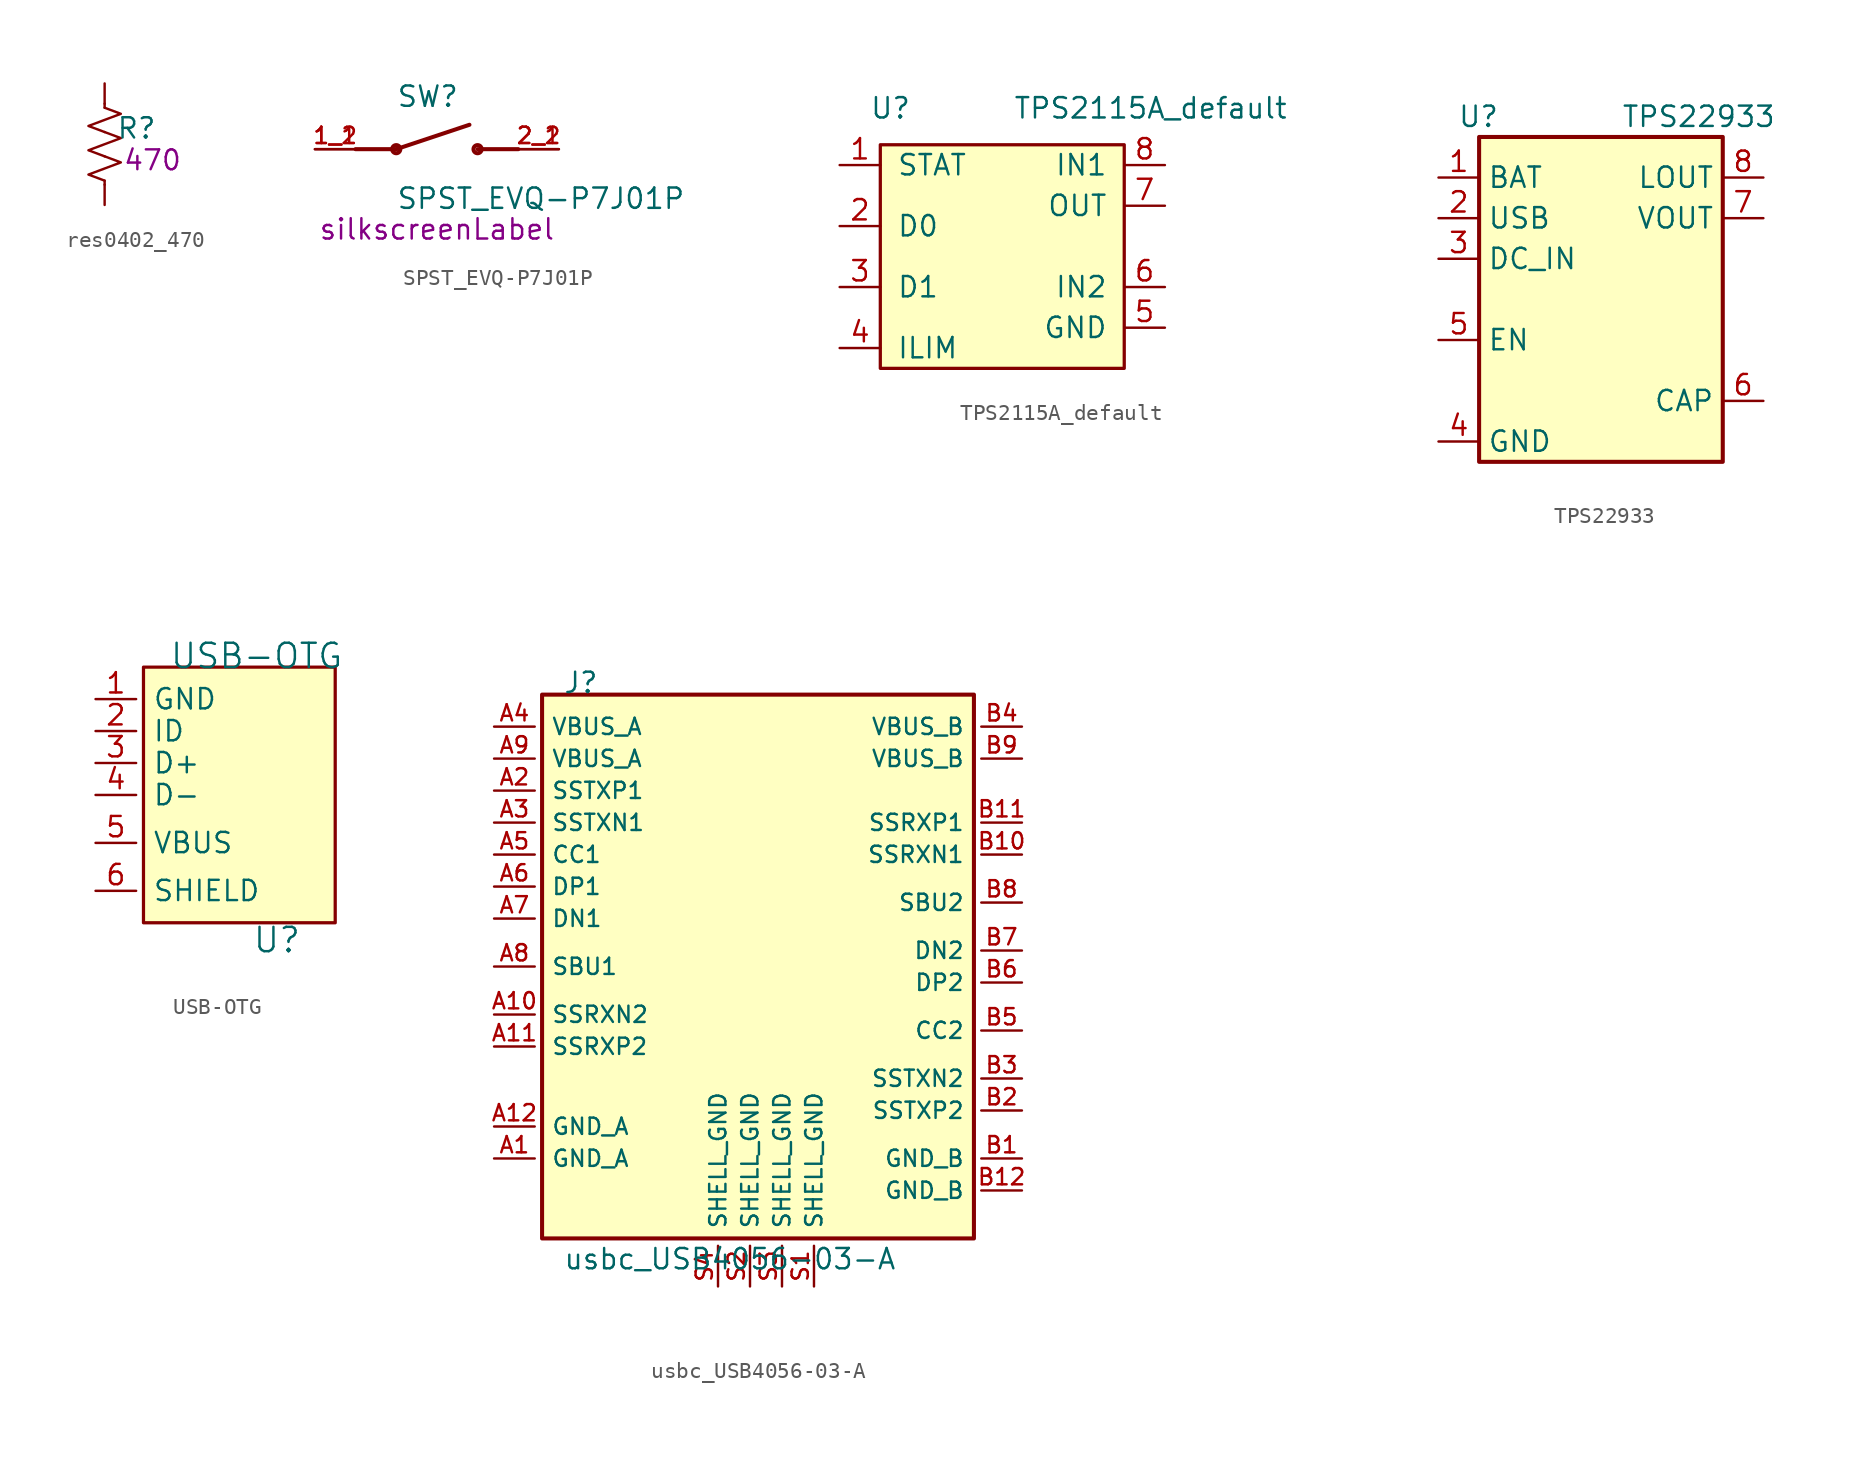
<source format=kicad_sym>
(kicad_symbol_lib
  (version 20220914)
  (generator kicad_symbol_editor)
  (symbol "res0402_470"
    (pin_numbers hide)
    (pin_names
      (offset 0))
    (property "Reference" "R"
      (at 2 1 0)
      (effects (font (size 1.27 1.27))))
    (property "Resistance" "470"
      (at 3 -1 0)
      (effects (font (size 1.245 1.245))))
    (symbol "res0402_470_0_1"
      (polyline (pts (xy 0 -2.286) (xy 0 -2.54)) (stroke (width 0) (type default)) (fill (type none)))
      (polyline (pts (xy 0 2.286) (xy 0 2.54)) (stroke (width 0) (type default)) (fill (type none)))
      (polyline (pts (xy 0 -0.762) (xy 1.016 -1.143) (xy 0 -1.524) (xy -1.016 -1.905) (xy 0 -2.286)) (stroke (width 0) (type default)) (fill (type none)))
      (polyline (pts (xy 0 0.762) (xy 1.016 0.381) (xy 0 0) (xy -1.016 -0.381) (xy 0 -0.762)) (stroke (width 0) (type default)) (fill (type none)))
      (polyline (pts (xy 0 2.286) (xy 1.016 1.905) (xy 0 1.524) (xy -1.016 1.143) (xy 0 0.762)) (stroke (width 0) (type default)) (fill (type none))))
    (symbol "res0402_470_1_1"
      (pin passive line (at 0 3.81 270) (length 1.27) (name "~" (effects (font (size 1.27 1.27)))) (number "1" (effects (font (size 1.27 1.27)))))
      (pin passive line (at 0 -3.81 90) (length 1.27) (name "~" (effects (font (size 1.27 1.27)))) (number "2" (effects (font (size 1.27 1.27)))))))
  (symbol "SPST_EVQ-P7J01P"
    (pin_names
      (offset 1.016))
    (property "Reference" "SW"
      (at -2.546 2.546 0)
      (effects (font (size 1.27 1.27)) (justify left bottom)))
    (property "Value" "SPST_EVQ-P7J01P"
      (at -2.551 -3.827 0)
      (effects (font (size 1.27 1.27)) (justify left bottom)))
    (property "NOTE" "silkscreenLabel"
      (at 0 -5 0)
      (effects (font (size 1.27 1.27))))
    (symbol "SPST_EVQ-P7J01P_0_0"
      (circle (center -2.54 0) (radius 0.254) (stroke (width 0.254) (type default)) (fill (type none)))
      (polyline (pts (xy -2.54 0) (xy -5.08 0)) (stroke (width 0.254) (type default)) (fill (type none)))
      (polyline (pts (xy -2.54 0) (xy 2.032 1.524)) (stroke (width 0.254) (type default)) (fill (type none)))
      (polyline (pts (xy 2.54 0) (xy 5.08 0)) (stroke (width 0.254) (type default)) (fill (type none)))
      (circle (center 2.54 0) (radius 0.254) (stroke (width 0.254) (type default)) (fill (type none)))
      (pin passive line (at -7.62 0 0) (length 2.54) (name "~" (effects (font (size 1.016 1.016)))) (number "1_1" (effects (font (size 1.016 1.016)))))
      (pin passive line (at -7.62 0 0) (length 2.54) (name "~" (effects (font (size 1.016 1.016)))) (number "1_2" (effects (font (size 1.016 1.016)))))
      (pin passive line (at 7.62 0 180) (length 2.54) (name "~" (effects (font (size 1.016 1.016)))) (number "2_1" (effects (font (size 1.016 1.016)))))
      (pin passive line (at 7.62 0 180) (length 2.54) (name "~" (effects (font (size 1.016 1.016)))) (number "2_2" (effects (font (size 1.016 1.016)))))))
  (symbol "TPS2115A_default"
    (pin_names
      (offset 1.016))
    (property "Reference" "U"
      (at -6.985 9.906 0)
      (effects (font (size 1.27 1.27))))
    (property "Value" "TPS2115A_default"
      (at 9.271 9.906 0)
      (effects (font (size 1.27 1.27))))
    (symbol "TPS2115A_default_0_0"
      (pin passive line (at -10.16 6.35 0) (length 2.54) (name "STAT" (effects (font (size 1.27 1.27)))) (number "1" (effects (font (size 1.27 1.27)))))
      (pin passive line (at -10.16 2.54 0) (length 2.54) (name "D0" (effects (font (size 1.27 1.27)))) (number "2" (effects (font (size 1.27 1.27)))))
      (pin input line (at -10.16 -1.27 0) (length 2.54) (name "D1" (effects (font (size 1.27 1.27)))) (number "3" (effects (font (size 1.27 1.27)))))
      (pin passive line (at -10.16 -5.08 0) (length 2.54) (name "ILIM" (effects (font (size 1.27 1.27)))) (number "4" (effects (font (size 1.27 1.27)))))
      (pin power_in line (at 10.16 -3.81 180) (length 2.54) (name "GND" (effects (font (size 1.27 1.27)))) (number "5" (effects (font (size 1.27 1.27)))))
      (pin power_in line (at 10.16 -1.27 180) (length 2.54) (name "IN2" (effects (font (size 1.27 1.27)))) (number "6" (effects (font (size 1.27 1.27)))))
      (pin power_out line (at 10.16 3.81 180) (length 2.54) (name "OUT" (effects (font (size 1.27 1.27)))) (number "7" (effects (font (size 1.27 1.27)))))
      (pin power_in line (at 10.16 6.35 180) (length 2.54) (name "IN1" (effects (font (size 1.27 1.27)))) (number "8" (effects (font (size 1.27 1.27))))))
    (symbol "TPS2115A_default_0_1"
      (rectangle (start -7.62 7.62) (end 7.62 -6.35) (stroke (width 0.203) (type default)) (fill (type background)))))
  (symbol "TPS22933"
    (property "Reference" "U"
      (at -6.35 13.97 0)
      (effects (font (size 1.27 1.27)) (justify right)))
    (property "Value" "TPS22933"
      (at 1.27 13.97 0)
      (effects (font (size 1.27 1.27)) (justify left)))
    (symbol "TPS22933_0_1"
      (rectangle (start -7.62 12.7) (end 7.62 -7.62) (stroke (width 0.254) (type default)) (fill (type background))))
    (symbol "TPS22933_1_1"
      (pin power_in line (at -10.16 10.16 0) (length 2.54) (name "BAT" (effects (font (size 1.27 1.27)))) (number "1" (effects (font (size 1.27 1.27)))))
      (pin power_in line (at -10.16 7.62 0) (length 2.54) (name "USB" (effects (font (size 1.27 1.27)))) (number "2" (effects (font (size 1.27 1.27)))))
      (pin power_in line (at -10.16 5.08 0) (length 2.54) (name "DC_IN" (effects (font (size 1.27 1.27)))) (number "3" (effects (font (size 1.27 1.27)))))
      (pin power_in line (at -10.16 -6.35 0) (length 2.54) (name "GND" (effects (font (size 1.27 1.27)))) (number "4" (effects (font (size 1.27 1.27)))))
      (pin input line (at -10.16 0 0) (length 2.54) (name "EN" (effects (font (size 1.27 1.27)))) (number "5" (effects (font (size 1.27 1.27)))))
      (pin output line (at 10.16 -3.81 180) (length 2.54) (name "CAP" (effects (font (size 1.27 1.27)))) (number "6" (effects (font (size 1.27 1.27)))))
      (pin power_out line (at 10.16 7.62 180) (length 2.54) (name "VOUT" (effects (font (size 1.27 1.27)))) (number "7" (effects (font (size 1.27 1.27)))))
      (pin power_out line (at 10.16 10.16 180) (length 2.54) (name "LOUT" (effects (font (size 1.27 1.27)))) (number "8" (effects (font (size 1.27 1.27)))))))
  (symbol "USB-OTG"
    (pin_names
      (offset 1.016))
    (property "Reference" "U"
      (at 6.35 -5.08 0)
      (effects (font (size 1.524 1.524))))
    (property "Value" "USB-OTG"
      (at 5.08 12.7 0)
      (effects (font (size 1.524 1.524))))
    (symbol "USB-OTG_0_1"
      (rectangle (start -2 12) (end 10 -4) (stroke (width 0.203) (type default)) (fill (type background))))
    (symbol "USB-OTG_1_1"
      (pin power_in line (at -5 10 0) (length 2.54) (name "GND" (effects (font (size 1.27 1.27)))) (number "1" (effects (font (size 1.27 1.27)))))
      (pin input line (at -5 8 0) (length 2.54) (name "ID" (effects (font (size 1.27 1.27)))) (number "2" (effects (font (size 1.27 1.27)))))
      (pin input line (at -5 6 0) (length 2.54) (name "D+" (effects (font (size 1.27 1.27)))) (number "3" (effects (font (size 1.27 1.27)))))
      (pin input line (at -5 4 0) (length 2.54) (name "D-" (effects (font (size 1.27 1.27)))) (number "4" (effects (font (size 1.27 1.27)))))
      (pin power_in line (at -5 1 0) (length 2.54) (name "VBUS" (effects (font (size 1.27 1.27)))) (number "5" (effects (font (size 1.27 1.27)))))
      (pin input line (at -5 -2 0) (length 2.54) (name "SHIELD" (effects (font (size 1.27 1.27)))) (number "6" (effects (font (size 1.27 1.27)))))))
  (symbol "usbc_USB4056-03-A"
    (pin_names
      (offset 1.016))
    (property "Reference" "J"
      (at -12.7 16.002 0)
      (effects (font (size 1.27 1.27)) (justify left bottom)))
    (property "Value" "usbc_USB4056-03-A"
      (at -12.7 -18.542 0)
      (effects (font (size 1.27 1.27)) (justify left top)))
    (symbol "usbc_USB4056-03-A_0_0"
      (rectangle (start -14 16) (end 13 -18) (stroke (width 0.254) (type default)) (fill (type background)))
      (pin power_in line (at -17 -13 0) (length 2.54) (name "GND_A" (effects (font (size 1.016 1.016)))) (number "A1" (effects (font (size 1.016 1.016)))))
      (pin bidirectional line (at -17 -4 0) (length 2.54) (name "SSRXN2" (effects (font (size 1.016 1.016)))) (number "A10" (effects (font (size 1.016 1.016)))))
      (pin bidirectional line (at -17 -6 0) (length 2.54) (name "SSRXP2" (effects (font (size 1.016 1.016)))) (number "A11" (effects (font (size 1.016 1.016)))))
      (pin power_in line (at -17 -11 0) (length 2.54) (name "GND_A" (effects (font (size 1.016 1.016)))) (number "A12" (effects (font (size 1.016 1.016)))))
      (pin bidirectional line (at -17 10 0) (length 2.54) (name "SSTXP1" (effects (font (size 1.016 1.016)))) (number "A2" (effects (font (size 1.016 1.016)))))
      (pin bidirectional line (at -17 8 0) (length 2.54) (name "SSTXN1" (effects (font (size 1.016 1.016)))) (number "A3" (effects (font (size 1.016 1.016)))))
      (pin power_in line (at -17 14 0) (length 2.54) (name "VBUS_A" (effects (font (size 1.016 1.016)))) (number "A4" (effects (font (size 1.016 1.016)))))
      (pin bidirectional line (at -17 6 0) (length 2.54) (name "CC1" (effects (font (size 1.016 1.016)))) (number "A5" (effects (font (size 1.016 1.016)))))
      (pin bidirectional line (at -17 4 0) (length 2.54) (name "DP1" (effects (font (size 1.016 1.016)))) (number "A6" (effects (font (size 1.016 1.016)))))
      (pin bidirectional line (at -17 2 0) (length 2.54) (name "DN1" (effects (font (size 1.016 1.016)))) (number "A7" (effects (font (size 1.016 1.016)))))
      (pin bidirectional line (at -17 -1 0) (length 2.54) (name "SBU1" (effects (font (size 1.016 1.016)))) (number "A8" (effects (font (size 1.016 1.016)))))
      (pin power_in line (at -17 12 0) (length 2.54) (name "VBUS_A" (effects (font (size 1.016 1.016)))) (number "A9" (effects (font (size 1.016 1.016)))))
      (pin power_in line (at 16 -13 180) (length 2.54) (name "GND_B" (effects (font (size 1.016 1.016)))) (number "B1" (effects (font (size 1.016 1.016)))))
      (pin bidirectional line (at 16 6 180) (length 2.54) (name "SSRXN1" (effects (font (size 1.016 1.016)))) (number "B10" (effects (font (size 1.016 1.016)))))
      (pin bidirectional line (at 16 8 180) (length 2.54) (name "SSRXP1" (effects (font (size 1.016 1.016)))) (number "B11" (effects (font (size 1.016 1.016)))))
      (pin power_in line (at 16 -15 180) (length 2.54) (name "GND_B" (effects (font (size 1.016 1.016)))) (number "B12" (effects (font (size 1.016 1.016)))))
      (pin bidirectional line (at 16 -10 180) (length 2.54) (name "SSTXP2" (effects (font (size 1.016 1.016)))) (number "B2" (effects (font (size 1.016 1.016)))))
      (pin bidirectional line (at 16 -8 180) (length 2.54) (name "SSTXN2" (effects (font (size 1.016 1.016)))) (number "B3" (effects (font (size 1.016 1.016)))))
      (pin power_in line (at 16 14 180) (length 2.54) (name "VBUS_B" (effects (font (size 1.016 1.016)))) (number "B4" (effects (font (size 1.016 1.016)))))
      (pin bidirectional line (at 16 -5 180) (length 2.54) (name "CC2" (effects (font (size 1.016 1.016)))) (number "B5" (effects (font (size 1.016 1.016)))))
      (pin bidirectional line (at 16 -2 180) (length 2.54) (name "DP2" (effects (font (size 1.016 1.016)))) (number "B6" (effects (font (size 1.016 1.016)))))
      (pin bidirectional line (at 16 0 180) (length 2.54) (name "DN2" (effects (font (size 1.016 1.016)))) (number "B7" (effects (font (size 1.016 1.016)))))
      (pin bidirectional line (at 16 3 180) (length 2.54) (name "SBU2" (effects (font (size 1.016 1.016)))) (number "B8" (effects (font (size 1.016 1.016)))))
      (pin power_in line (at 16 12 180) (length 2.54) (name "VBUS_B" (effects (font (size 1.016 1.016)))) (number "B9" (effects (font (size 1.016 1.016)))))
      (pin power_in line (at 3 -21 90) (length 2.54) (name "SHELL_GND" (effects (font (size 1.016 1.016)))) (number "S1" (effects (font (size 1.016 1.016)))))
      (pin power_in line (at -1 -21 90) (length 2.54) (name "SHELL_GND" (effects (font (size 1.016 1.016)))) (number "S2" (effects (font (size 1.016 1.016)))))
      (pin power_in line (at 1 -21 90) (length 2.54) (name "SHELL_GND" (effects (font (size 1.016 1.016)))) (number "S3" (effects (font (size 1.016 1.016)))))
      (pin power_in line (at -3 -21 90) (length 2.54) (name "SHELL_GND" (effects (font (size 1.016 1.016)))) (number "S4" (effects (font (size 1.016 1.016))))))))
</source>
